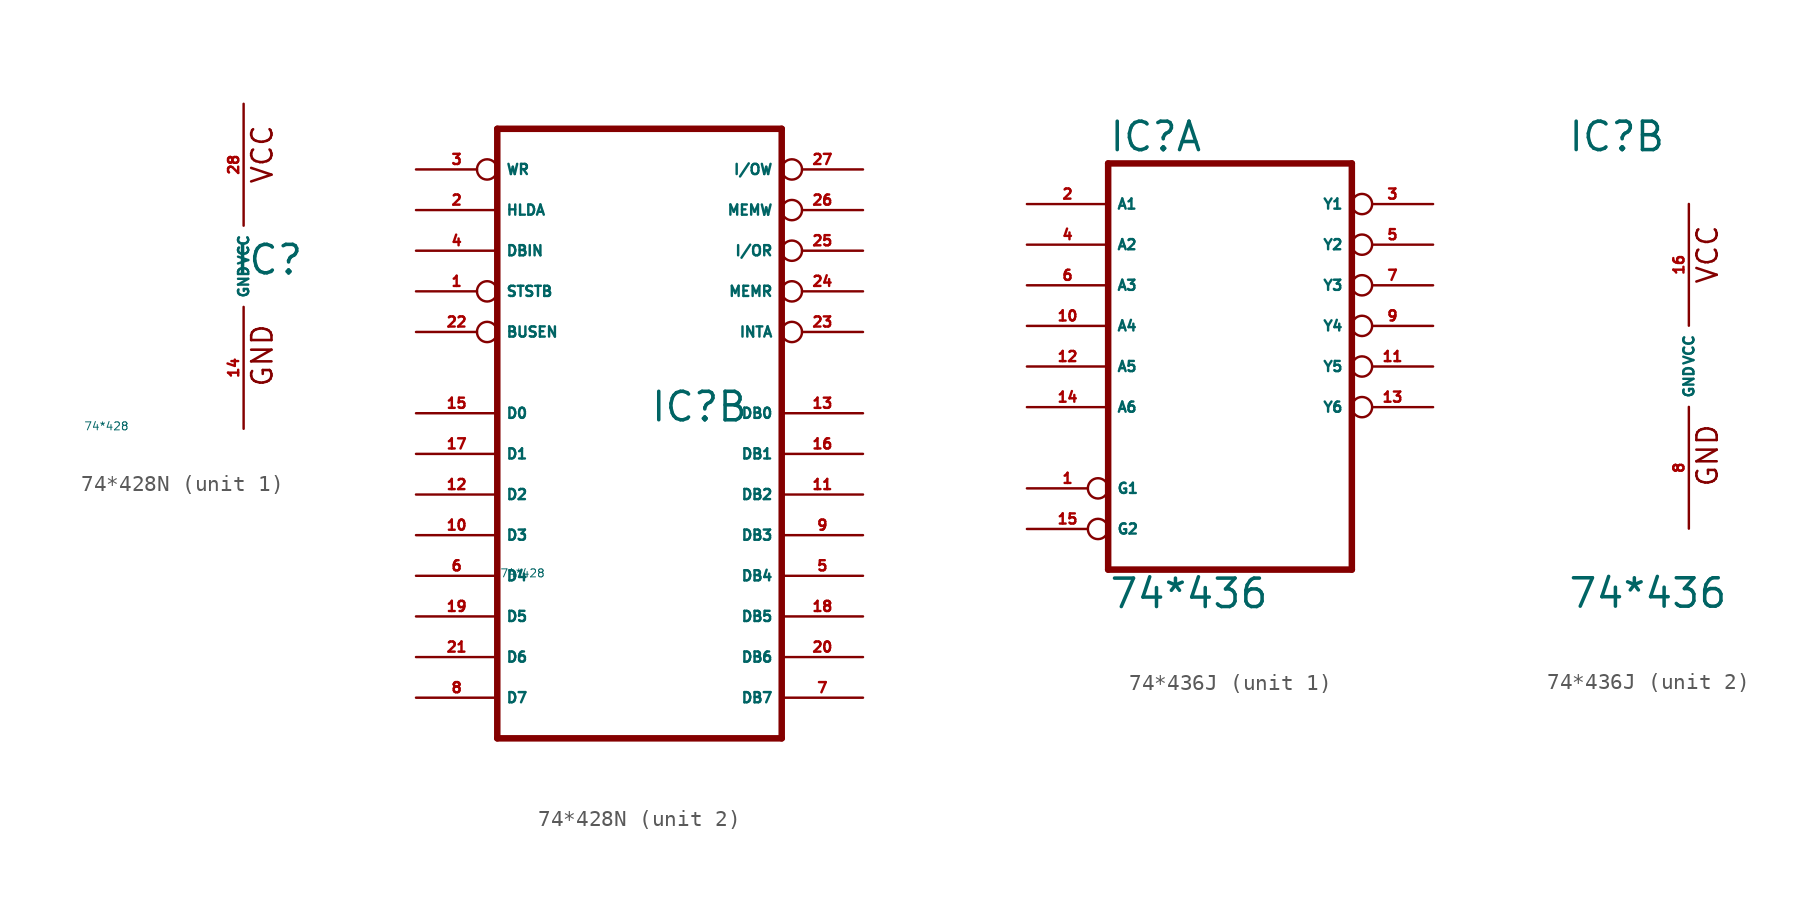
<source format=kicad_sym>
(kicad_symbol_lib
  (version 20220914)
  (generator Eagle2Kicad)
  (symbol "74*428N"
    (property "Reference" "IC"
      (at -0.635 -0.635 0)
      (effects (font (size 1.778 1.778) (thickness 0.22)) (justify left bottom)))
    (property "Value" "74*428"
      (at -10 -10 0)
      (effects (font (size 0.5 0.5) (thickness 0.06)) (justify left)))
    (symbol "74*428N_1_0"
      (text "GND" (at 1.905 -7.62 900) (effects (font (size 1.27 1.27) (thickness 0.16)) (justify left bottom)))
      (text "VCC" (at 1.905 5.08 900) (effects (font (size 1.27 1.27) (thickness 0.16)) (justify left bottom)))
      (pin unspecified line (at 0 -10.16 90) (length 7.62) (name "GND" (effects (font (size 0.635 0.635) (thickness 0.08)) (justify left bottom))) (number "14" (effects (font (size 0.635 0.635) (thickness 0.08)) (justify left bottom))))
      (pin unspecified line (at 0 10.16 270) (length 7.62) (name "VCC" (effects (font (size 0.635 0.635) (thickness 0.08)) (justify left bottom))) (number "28" (effects (font (size 0.635 0.635) (thickness 0.08)) (justify left bottom)))))
    (symbol "74*428N_2_0"
      (polyline (pts (xy -10.16 -20.32) (xy 7.62 -20.32)) (stroke (width 0.406) (type default)) (fill (type none)))
      (polyline (pts (xy 7.62 -20.32) (xy 7.62 17.78)) (stroke (width 0.406) (type default)) (fill (type none)))
      (polyline (pts (xy 7.62 17.78) (xy -10.16 17.78)) (stroke (width 0.406) (type default)) (fill (type none)))
      (polyline (pts (xy -10.16 17.78) (xy -10.16 -20.32)) (stroke (width 0.406) (type default)) (fill (type none)))
      (pin input inverted (at -15.24 7.62 0) (length 5.08) (name "STSTB" (effects (font (size 0.635 0.635) (thickness 0.08)) (justify left bottom))) (number "1" (effects (font (size 0.635 0.635) (thickness 0.08)) (justify left bottom))))
      (pin input line (at -15.24 12.7 0) (length 5.08) (name "HLDA" (effects (font (size 0.635 0.635) (thickness 0.08)) (justify left bottom))) (number "2" (effects (font (size 0.635 0.635) (thickness 0.08)) (justify left bottom))))
      (pin input inverted (at -15.24 15.24 0) (length 5.08) (name "WR" (effects (font (size 0.635 0.635) (thickness 0.08)) (justify left bottom))) (number "3" (effects (font (size 0.635 0.635) (thickness 0.08)) (justify left bottom))))
      (pin input line (at -15.24 10.16 0) (length 5.08) (name "DBIN" (effects (font (size 0.635 0.635) (thickness 0.08)) (justify left bottom))) (number "4" (effects (font (size 0.635 0.635) (thickness 0.08)) (justify left bottom))))
      (pin bidirectional line (at 12.7 -10.16 180) (length 5.08) (name "DB4" (effects (font (size 0.635 0.635) (thickness 0.08)) (justify left bottom))) (number "5" (effects (font (size 0.635 0.635) (thickness 0.08)) (justify left bottom))))
      (pin bidirectional line (at -15.24 -10.16 0) (length 5.08) (name "D4" (effects (font (size 0.635 0.635) (thickness 0.08)) (justify left bottom))) (number "6" (effects (font (size 0.635 0.635) (thickness 0.08)) (justify left bottom))))
      (pin bidirectional line (at 12.7 -17.78 180) (length 5.08) (name "DB7" (effects (font (size 0.635 0.635) (thickness 0.08)) (justify left bottom))) (number "7" (effects (font (size 0.635 0.635) (thickness 0.08)) (justify left bottom))))
      (pin bidirectional line (at -15.24 -17.78 0) (length 5.08) (name "D7" (effects (font (size 0.635 0.635) (thickness 0.08)) (justify left bottom))) (number "8" (effects (font (size 0.635 0.635) (thickness 0.08)) (justify left bottom))))
      (pin bidirectional line (at 12.7 -7.62 180) (length 5.08) (name "DB3" (effects (font (size 0.635 0.635) (thickness 0.08)) (justify left bottom))) (number "9" (effects (font (size 0.635 0.635) (thickness 0.08)) (justify left bottom))))
      (pin bidirectional line (at -15.24 -7.62 0) (length 5.08) (name "D3" (effects (font (size 0.635 0.635) (thickness 0.08)) (justify left bottom))) (number "10" (effects (font (size 0.635 0.635) (thickness 0.08)) (justify left bottom))))
      (pin bidirectional line (at 12.7 -5.08 180) (length 5.08) (name "DB2" (effects (font (size 0.635 0.635) (thickness 0.08)) (justify left bottom))) (number "11" (effects (font (size 0.635 0.635) (thickness 0.08)) (justify left bottom))))
      (pin bidirectional line (at -15.24 -5.08 0) (length 5.08) (name "D2" (effects (font (size 0.635 0.635) (thickness 0.08)) (justify left bottom))) (number "12" (effects (font (size 0.635 0.635) (thickness 0.08)) (justify left bottom))))
      (pin bidirectional line (at 12.7 0 180) (length 5.08) (name "DB0" (effects (font (size 0.635 0.635) (thickness 0.08)) (justify left bottom))) (number "13" (effects (font (size 0.635 0.635) (thickness 0.08)) (justify left bottom))))
      (pin bidirectional line (at -15.24 0 0) (length 5.08) (name "D0" (effects (font (size 0.635 0.635) (thickness 0.08)) (justify left bottom))) (number "15" (effects (font (size 0.635 0.635) (thickness 0.08)) (justify left bottom))))
      (pin bidirectional line (at 12.7 -2.54 180) (length 5.08) (name "DB1" (effects (font (size 0.635 0.635) (thickness 0.08)) (justify left bottom))) (number "16" (effects (font (size 0.635 0.635) (thickness 0.08)) (justify left bottom))))
      (pin bidirectional line (at -15.24 -2.54 0) (length 5.08) (name "D1" (effects (font (size 0.635 0.635) (thickness 0.08)) (justify left bottom))) (number "17" (effects (font (size 0.635 0.635) (thickness 0.08)) (justify left bottom))))
      (pin bidirectional line (at 12.7 -12.7 180) (length 5.08) (name "DB5" (effects (font (size 0.635 0.635) (thickness 0.08)) (justify left bottom))) (number "18" (effects (font (size 0.635 0.635) (thickness 0.08)) (justify left bottom))))
      (pin bidirectional line (at -15.24 -12.7 0) (length 5.08) (name "D5" (effects (font (size 0.635 0.635) (thickness 0.08)) (justify left bottom))) (number "19" (effects (font (size 0.635 0.635) (thickness 0.08)) (justify left bottom))))
      (pin bidirectional line (at 12.7 -15.24 180) (length 5.08) (name "DB6" (effects (font (size 0.635 0.635) (thickness 0.08)) (justify left bottom))) (number "20" (effects (font (size 0.635 0.635) (thickness 0.08)) (justify left bottom))))
      (pin bidirectional line (at -15.24 -15.24 0) (length 5.08) (name "D6" (effects (font (size 0.635 0.635) (thickness 0.08)) (justify left bottom))) (number "21" (effects (font (size 0.635 0.635) (thickness 0.08)) (justify left bottom))))
      (pin input inverted (at -15.24 5.08 0) (length 5.08) (name "BUSEN" (effects (font (size 0.635 0.635) (thickness 0.08)) (justify left bottom))) (number "22" (effects (font (size 0.635 0.635) (thickness 0.08)) (justify left bottom))))
      (pin output inverted (at 12.7 5.08 180) (length 5.08) (name "INTA" (effects (font (size 0.635 0.635) (thickness 0.08)) (justify left bottom))) (number "23" (effects (font (size 0.635 0.635) (thickness 0.08)) (justify left bottom))))
      (pin output inverted (at 12.7 7.62 180) (length 5.08) (name "MEMR" (effects (font (size 0.635 0.635) (thickness 0.08)) (justify left bottom))) (number "24" (effects (font (size 0.635 0.635) (thickness 0.08)) (justify left bottom))))
      (pin output inverted (at 12.7 10.16 180) (length 5.08) (name "I/OR" (effects (font (size 0.635 0.635) (thickness 0.08)) (justify left bottom))) (number "25" (effects (font (size 0.635 0.635) (thickness 0.08)) (justify left bottom))))
      (pin output inverted (at 12.7 12.7 180) (length 5.08) (name "MEMW" (effects (font (size 0.635 0.635) (thickness 0.08)) (justify left bottom))) (number "26" (effects (font (size 0.635 0.635) (thickness 0.08)) (justify left bottom))))
      (pin output inverted (at 12.7 15.24 180) (length 5.08) (name "I/OW" (effects (font (size 0.635 0.635) (thickness 0.08)) (justify left bottom))) (number "27" (effects (font (size 0.635 0.635) (thickness 0.08)) (justify left bottom))))))
  (symbol "74*436J"
    (property "Reference" "IC"
      (at -7.62 13.335 0)
      (effects (font (size 1.778 1.778) (thickness 0.22)) (justify left bottom)))
    (property "Value" "74*436"
      (at -7.62 -15.24 0)
      (effects (font (size 1.778 1.778) (thickness 0.22)) (justify left bottom)))
    (symbol "74*436J_1_0"
      (polyline (pts (xy -7.62 -12.7) (xy 7.62 -12.7)) (stroke (width 0.406) (type default)) (fill (type none)))
      (polyline (pts (xy 7.62 -12.7) (xy 7.62 12.7)) (stroke (width 0.406) (type default)) (fill (type none)))
      (polyline (pts (xy 7.62 12.7) (xy -7.62 12.7)) (stroke (width 0.406) (type default)) (fill (type none)))
      (polyline (pts (xy -7.62 12.7) (xy -7.62 -12.7)) (stroke (width 0.406) (type default)) (fill (type none)))
      (pin input inverted (at -12.7 -7.62 0) (length 5.08) (name "G1" (effects (font (size 0.635 0.635) (thickness 0.08)) (justify left bottom))) (number "1" (effects (font (size 0.635 0.635) (thickness 0.08)) (justify left bottom))))
      (pin input line (at -12.7 10.16 0) (length 5.08) (name "A1" (effects (font (size 0.635 0.635) (thickness 0.08)) (justify left bottom))) (number "2" (effects (font (size 0.635 0.635) (thickness 0.08)) (justify left bottom))))
      (pin output inverted (at 12.7 10.16 180) (length 5.08) (name "Y1" (effects (font (size 0.635 0.635) (thickness 0.08)) (justify left bottom))) (number "3" (effects (font (size 0.635 0.635) (thickness 0.08)) (justify left bottom))))
      (pin input line (at -12.7 7.62 0) (length 5.08) (name "A2" (effects (font (size 0.635 0.635) (thickness 0.08)) (justify left bottom))) (number "4" (effects (font (size 0.635 0.635) (thickness 0.08)) (justify left bottom))))
      (pin output inverted (at 12.7 7.62 180) (length 5.08) (name "Y2" (effects (font (size 0.635 0.635) (thickness 0.08)) (justify left bottom))) (number "5" (effects (font (size 0.635 0.635) (thickness 0.08)) (justify left bottom))))
      (pin input line (at -12.7 5.08 0) (length 5.08) (name "A3" (effects (font (size 0.635 0.635) (thickness 0.08)) (justify left bottom))) (number "6" (effects (font (size 0.635 0.635) (thickness 0.08)) (justify left bottom))))
      (pin output inverted (at 12.7 5.08 180) (length 5.08) (name "Y3" (effects (font (size 0.635 0.635) (thickness 0.08)) (justify left bottom))) (number "7" (effects (font (size 0.635 0.635) (thickness 0.08)) (justify left bottom))))
      (pin output inverted (at 12.7 2.54 180) (length 5.08) (name "Y4" (effects (font (size 0.635 0.635) (thickness 0.08)) (justify left bottom))) (number "9" (effects (font (size 0.635 0.635) (thickness 0.08)) (justify left bottom))))
      (pin input line (at -12.7 2.54 0) (length 5.08) (name "A4" (effects (font (size 0.635 0.635) (thickness 0.08)) (justify left bottom))) (number "10" (effects (font (size 0.635 0.635) (thickness 0.08)) (justify left bottom))))
      (pin output inverted (at 12.7 0 180) (length 5.08) (name "Y5" (effects (font (size 0.635 0.635) (thickness 0.08)) (justify left bottom))) (number "11" (effects (font (size 0.635 0.635) (thickness 0.08)) (justify left bottom))))
      (pin input line (at -12.7 0 0) (length 5.08) (name "A5" (effects (font (size 0.635 0.635) (thickness 0.08)) (justify left bottom))) (number "12" (effects (font (size 0.635 0.635) (thickness 0.08)) (justify left bottom))))
      (pin output inverted (at 12.7 -2.54 180) (length 5.08) (name "Y6" (effects (font (size 0.635 0.635) (thickness 0.08)) (justify left bottom))) (number "13" (effects (font (size 0.635 0.635) (thickness 0.08)) (justify left bottom))))
      (pin input line (at -12.7 -2.54 0) (length 5.08) (name "A6" (effects (font (size 0.635 0.635) (thickness 0.08)) (justify left bottom))) (number "14" (effects (font (size 0.635 0.635) (thickness 0.08)) (justify left bottom))))
      (pin input inverted (at -12.7 -10.16 0) (length 5.08) (name "G2" (effects (font (size 0.635 0.635) (thickness 0.08)) (justify left bottom))) (number "15" (effects (font (size 0.635 0.635) (thickness 0.08)) (justify left bottom)))))
    (symbol "74*436J_2_0"
      (text "GND" (at 1.905 -7.62 900) (effects (font (size 1.27 1.27) (thickness 0.16)) (justify left bottom)))
      (text "VCC" (at 1.905 5.08 900) (effects (font (size 1.27 1.27) (thickness 0.16)) (justify left bottom)))
      (pin unspecified line (at 0 -10.16 90) (length 7.62) (name "GND" (effects (font (size 0.635 0.635) (thickness 0.08)) (justify left bottom))) (number "8" (effects (font (size 0.635 0.635) (thickness 0.08)) (justify left bottom))))
      (pin unspecified line (at 0 10.16 270) (length 7.62) (name "VCC" (effects (font (size 0.635 0.635) (thickness 0.08)) (justify left bottom))) (number "16" (effects (font (size 0.635 0.635) (thickness 0.08)) (justify left bottom)))))))
</source>
